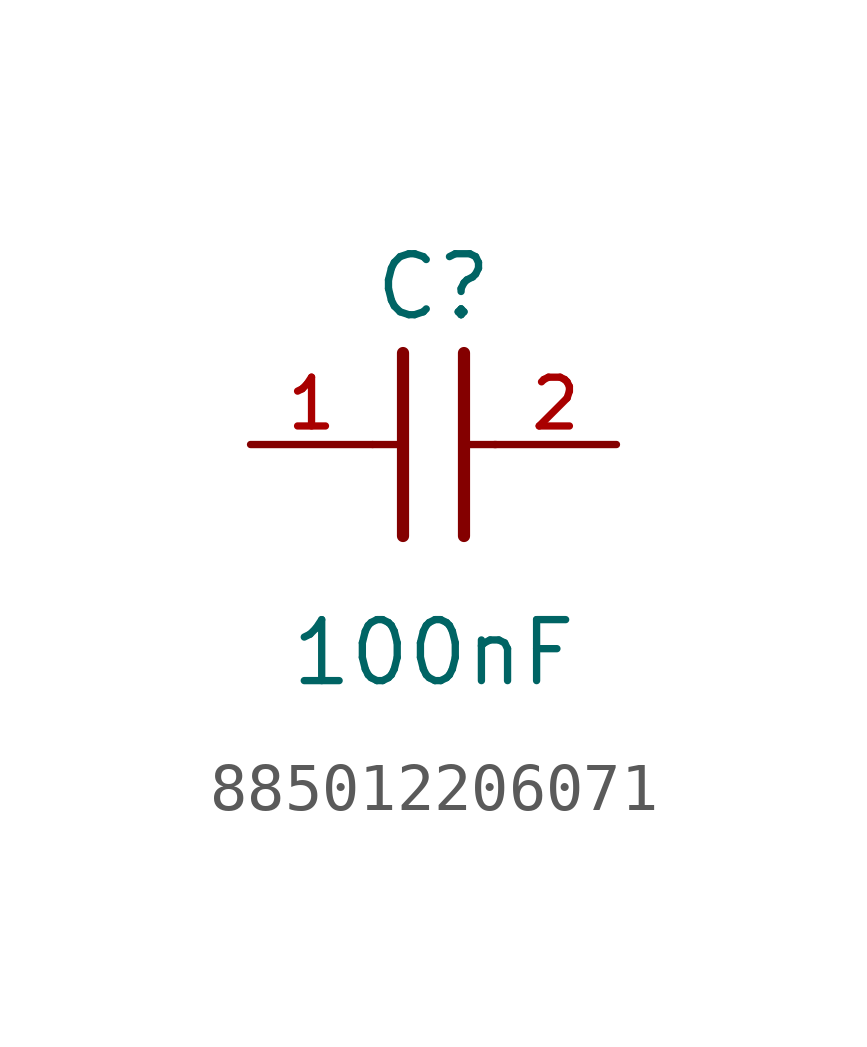
<source format=kicad_sym>
(kicad_symbol_lib
  (version 20231120)
  (generator "kicad_symbol_editor")
  (generator_version "8.0")
  (symbol "885012206071"
    (pin_names
      (offset 1.016))
    (property "Reference" "C"
      (at 1.27 2.54 0)
      (effects (font (size 1.27 1.27)) (justify bottom)))
    (property "Value" "100nF"
      (at 1.27 -5.08 0)
      (effects (font (size 1.27 1.27)) (justify bottom)))
    (symbol "885012206071_0_0"
      (polyline (pts (xy 0 0) (xy 0.643 0)) (stroke (width 0.152) (type default)) (fill (type none)))
      (polyline (pts (xy 0.635 -1.905) (xy 0.635 1.905)) (stroke (width 0.254) (type default)) (fill (type none)))
      (polyline (pts (xy 1.905 1.905) (xy 1.905 -1.905)) (stroke (width 0.254) (type default)) (fill (type none)))
      (polyline (pts (xy 1.928 0) (xy 2.571 0)) (stroke (width 0.152) (type default)) (fill (type none)))
      (pin passive line (at -2.54 0 0) (length 2.54) (name "~" (effects (font (size 1.016 1.016)))) (number "1" (effects (font (size 1.016 1.016)))))
      (pin passive line (at 5.08 0 180) (length 2.54) (name "~" (effects (font (size 1.016 1.016)))) (number "2" (effects (font (size 1.016 1.016))))))))
</source>
